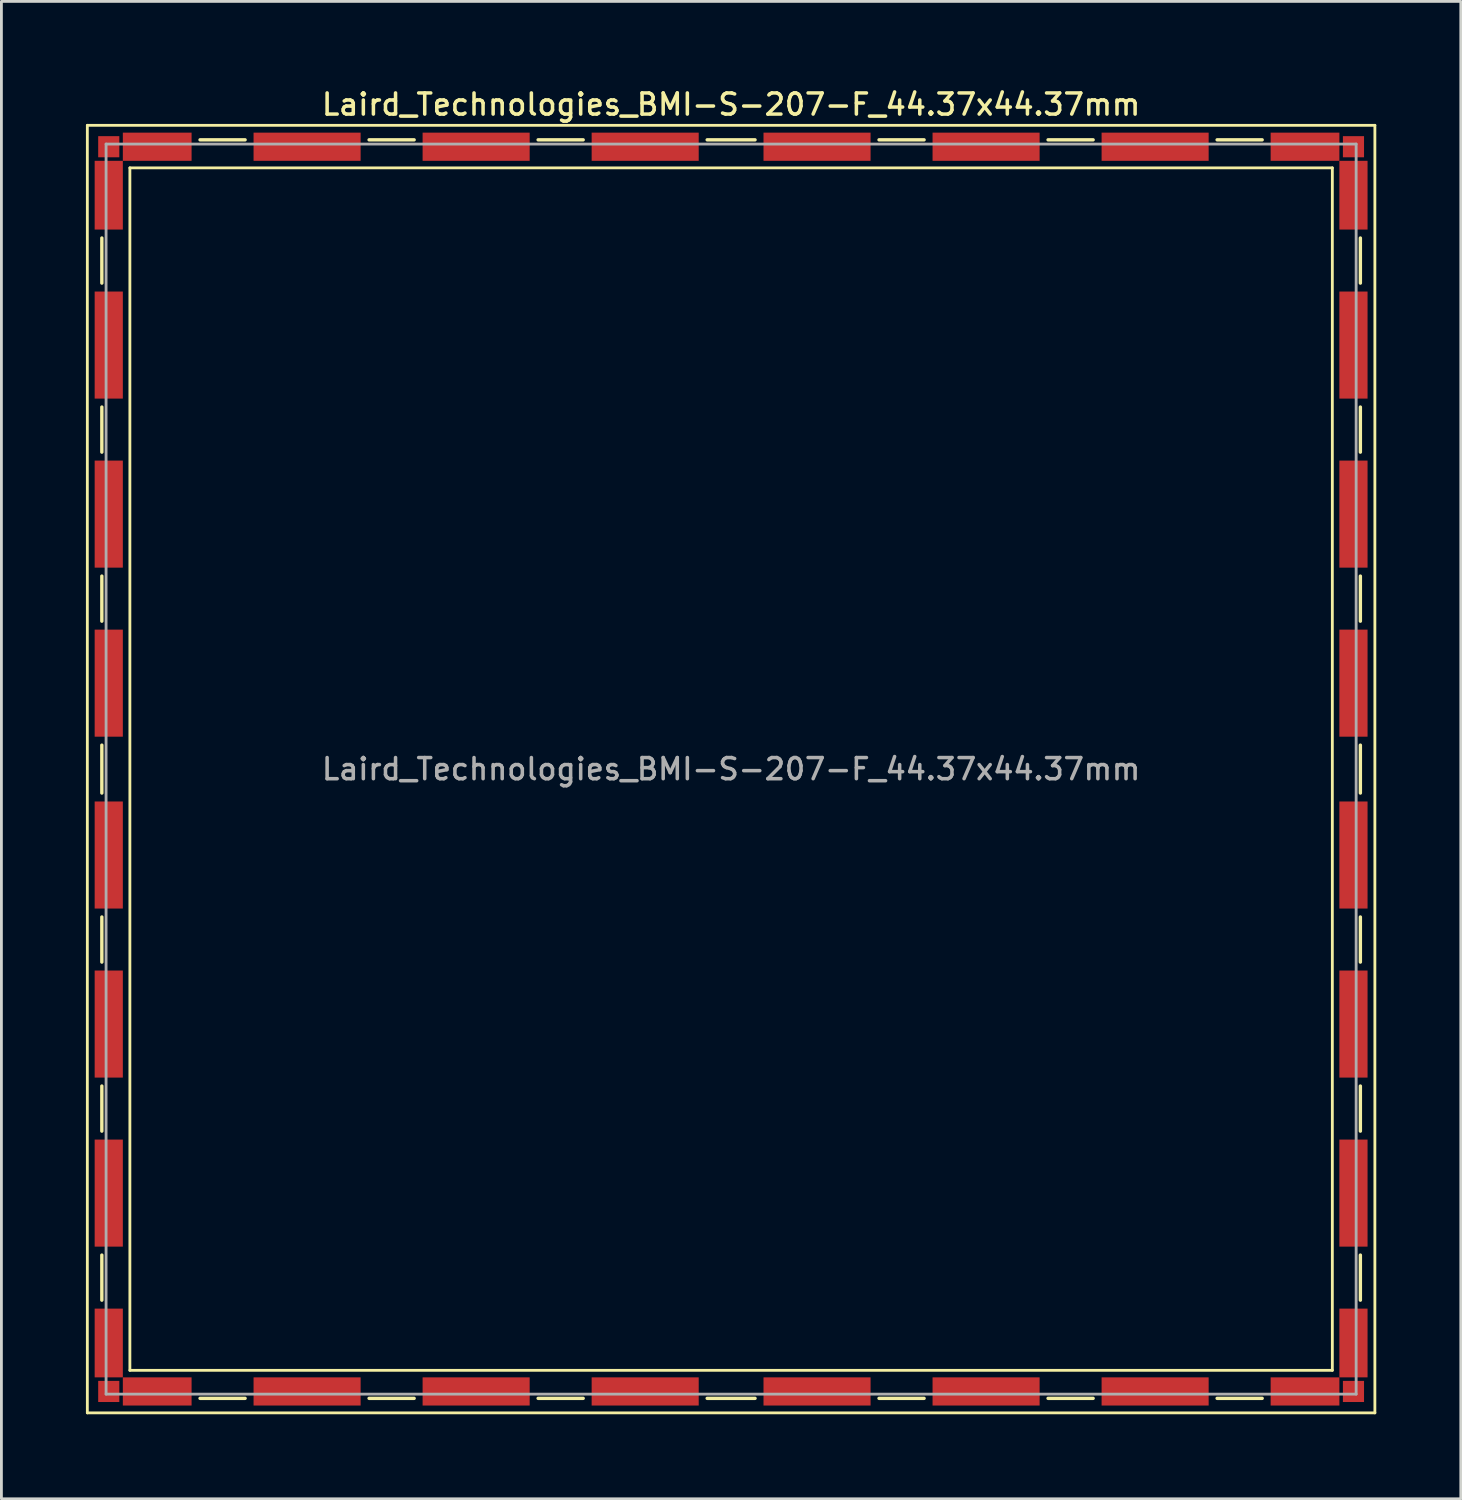
<source format=kicad_pcb>
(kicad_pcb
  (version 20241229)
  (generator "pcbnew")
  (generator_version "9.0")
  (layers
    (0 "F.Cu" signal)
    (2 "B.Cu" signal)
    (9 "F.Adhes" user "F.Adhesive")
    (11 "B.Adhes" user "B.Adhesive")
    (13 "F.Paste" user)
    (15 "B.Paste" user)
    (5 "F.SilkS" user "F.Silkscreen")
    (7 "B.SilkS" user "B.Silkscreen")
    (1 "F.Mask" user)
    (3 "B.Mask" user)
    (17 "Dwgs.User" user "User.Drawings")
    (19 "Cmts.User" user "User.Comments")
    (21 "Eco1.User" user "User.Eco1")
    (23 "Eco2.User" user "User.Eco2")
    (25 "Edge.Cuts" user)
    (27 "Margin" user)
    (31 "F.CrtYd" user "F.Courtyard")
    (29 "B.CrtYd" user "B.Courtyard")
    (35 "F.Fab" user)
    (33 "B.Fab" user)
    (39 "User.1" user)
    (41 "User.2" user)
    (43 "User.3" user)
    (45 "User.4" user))
  (footprint "Laird_Technologies_BMI-S-207-F_44.37x44.37mm"
    (layer "F.Cu")
    (at 22.9 24.248)
    (property "Reference" "Laird_Technologies_BMI-S-207-F_44.37x44.37mm" (at 0 -23.59 0) (layer "F.SilkS") (effects (font (size 0.75 0.75) (thickness 0.125))))
    (attr smd)
    (fp_line (start -22.85 -22.85) (end -22.85 22.85) (stroke (width 0.1) (type solid)) (layer "F.SilkS"))
    (fp_line (start -22.85 22.85) (end 22.85 22.85) (stroke (width 0.1) (type solid)) (layer "F.SilkS"))
    (fp_line (start -22.335 -18.85) (end -22.335 -17.25) (stroke (width 0.12) (type solid)) (layer "F.SilkS"))
    (fp_line (start -22.335 -12.85) (end -22.335 -11.25) (stroke (width 0.12) (type solid)) (layer "F.SilkS"))
    (fp_line (start -22.335 -6.85) (end -22.335 -5.25) (stroke (width 0.12) (type solid)) (layer "F.SilkS"))
    (fp_line (start -22.335 -0.85) (end -22.335 0.85) (stroke (width 0.12) (type solid)) (layer "F.SilkS"))
    (fp_line (start -22.335 5.25) (end -22.335 6.85) (stroke (width 0.12) (type solid)) (layer "F.SilkS"))
    (fp_line (start -22.335 11.25) (end -22.335 12.85) (stroke (width 0.12) (type solid)) (layer "F.SilkS"))
    (fp_line (start -22.335 17.25) (end -22.335 18.85) (stroke (width 0.12) (type solid)) (layer "F.SilkS"))
    (fp_line (start -21.34 -21.34) (end -21.34 21.34) (stroke (width 0.1) (type solid)) (layer "F.SilkS"))
    (fp_line (start -18.85 -22.335) (end -17.25 -22.335) (stroke (width 0.12) (type solid)) (layer "F.SilkS"))
    (fp_line (start -18.85 22.335) (end -17.25 22.335) (stroke (width 0.12) (type solid)) (layer "F.SilkS"))
    (fp_line (start -12.85 -22.335) (end -11.25 -22.335) (stroke (width 0.12) (type solid)) (layer "F.SilkS"))
    (fp_line (start -12.85 22.335) (end -11.25 22.335) (stroke (width 0.12) (type solid)) (layer "F.SilkS"))
    (fp_line (start -6.85 -22.335) (end -5.25 -22.335) (stroke (width 0.12) (type solid)) (layer "F.SilkS"))
    (fp_line (start -6.85 22.335) (end -5.25 22.335) (stroke (width 0.12) (type solid)) (layer "F.SilkS"))
    (fp_line (start -0.85 -22.335) (end 0.85 -22.335) (stroke (width 0.12) (type solid)) (layer "F.SilkS"))
    (fp_line (start -0.85 22.335) (end 0.85 22.335) (stroke (width 0.12) (type solid)) (layer "F.SilkS"))
    (fp_line (start 5.25 -22.335) (end 6.85 -22.335) (stroke (width 0.12) (type solid)) (layer "F.SilkS"))
    (fp_line (start 5.25 22.335) (end 6.85 22.335) (stroke (width 0.12) (type solid)) (layer "F.SilkS"))
    (fp_line (start 11.25 -22.335) (end 12.85 -22.335) (stroke (width 0.12) (type solid)) (layer "F.SilkS"))
    (fp_line (start 11.25 22.335) (end 12.85 22.335) (stroke (width 0.12) (type solid)) (layer "F.SilkS"))
    (fp_line (start 17.25 -22.335) (end 18.85 -22.335) (stroke (width 0.12) (type solid)) (layer "F.SilkS"))
    (fp_line (start 17.25 22.335) (end 18.85 22.335) (stroke (width 0.12) (type solid)) (layer "F.SilkS"))
    (fp_line (start 21.34 -21.34) (end -21.34 -21.34) (stroke (width 0.1) (type solid)) (layer "F.SilkS"))
    (fp_line (start 21.34 -21.34) (end 21.34 21.34) (stroke (width 0.1) (type solid)) (layer "F.SilkS"))
    (fp_line (start 21.34 21.34) (end -21.34 21.34) (stroke (width 0.1) (type solid)) (layer "F.SilkS"))
    (fp_line (start 22.335 -18.85) (end 22.335 -17.25) (stroke (width 0.12) (type solid)) (layer "F.SilkS"))
    (fp_line (start 22.335 -12.85) (end 22.335 -11.25) (stroke (width 0.12) (type solid)) (layer "F.SilkS"))
    (fp_line (start 22.335 -6.85) (end 22.335 -5.25) (stroke (width 0.12) (type solid)) (layer "F.SilkS"))
    (fp_line (start 22.335 -0.85) (end 22.335 0.85) (stroke (width 0.12) (type solid)) (layer "F.SilkS"))
    (fp_line (start 22.335 5.25) (end 22.335 6.85) (stroke (width 0.12) (type solid)) (layer "F.SilkS"))
    (fp_line (start 22.335 11.25) (end 22.335 12.85) (stroke (width 0.12) (type solid)) (layer "F.SilkS"))
    (fp_line (start 22.335 17.25) (end 22.335 18.85) (stroke (width 0.12) (type solid)) (layer "F.SilkS"))
    (fp_line (start 22.85 -22.85) (end -22.85 -22.85) (stroke (width 0.1) (type solid)) (layer "F.SilkS"))
    (fp_line (start 22.85 22.85) (end 22.85 -22.85) (stroke (width 0.1) (type solid)) (layer "F.SilkS"))
    (fp_line (start -22.185 -22.185) (end -22.185 22.185) (stroke (width 0.1) (type solid)) (layer "F.Fab"))
    (fp_line (start -22.185 22.185) (end 22.185 22.185) (stroke (width 0.1) (type solid)) (layer "F.Fab"))
    (fp_line (start 22.185 -22.185) (end -22.185 -22.185) (stroke (width 0.1) (type solid)) (layer "F.Fab"))
    (fp_line (start 22.185 22.185) (end 22.185 -22.185) (stroke (width 0.1) (type solid)) (layer "F.Fab"))
    (fp_text user "${REFERENCE}" (at 0 0 0) (layer "F.Fab") (effects (font (size 0.75 0.75) (thickness 0.125))))
    (pad "1" smd rect (at -22.09 -22.09) (size 0.75 0.75) (layers "F.Cu" "F.Mask" "F.Paste"))
    (pad "1" smd rect (at -22.09 -20.37) (size 1 2.44) (layers "F.Cu" "F.Mask" "F.Paste"))
    (pad "1" smd rect (at -22.09 -15.05) (size 1 3.8) (layers "F.Cu" "F.Mask" "F.Paste"))
    (pad "1" smd rect (at -22.09 -9.05) (size 1 3.8) (layers "F.Cu" "F.Mask" "F.Paste"))
    (pad "1" smd rect (at -22.09 -3.05) (size 1 3.8) (layers "F.Cu" "F.Mask" "F.Paste"))
    (pad "1" smd rect (at -22.09 3.05) (size 1 3.8) (layers "F.Cu" "F.Mask" "F.Paste"))
    (pad "1" smd rect (at -22.09 9.05) (size 1 3.8) (layers "F.Cu" "F.Mask" "F.Paste"))
    (pad "1" smd rect (at -22.09 15.05) (size 1 3.8) (layers "F.Cu" "F.Mask" "F.Paste"))
    (pad "1" smd rect (at -22.09 20.37) (size 1 2.44) (layers "F.Cu" "F.Mask" "F.Paste"))
    (pad "1" smd rect (at -22.09 22.09) (size 0.75 0.75) (layers "F.Cu" "F.Mask" "F.Paste"))
    (pad "1" smd rect (at -20.37 -22.09) (size 2.44 1) (layers "F.Cu" "F.Mask" "F.Paste"))
    (pad "1" smd rect (at -20.37 22.09) (size 2.44 1) (layers "F.Cu" "F.Mask" "F.Paste"))
    (pad "1" smd rect (at -15.05 -22.09) (size 3.8 1) (layers "F.Cu" "F.Mask" "F.Paste"))
    (pad "1" smd rect (at -15.05 22.09) (size 3.8 1) (layers "F.Cu" "F.Mask" "F.Paste"))
    (pad "1" smd rect (at -9.05 -22.09) (size 3.8 1) (layers "F.Cu" "F.Mask" "F.Paste"))
    (pad "1" smd rect (at -9.05 22.09) (size 3.8 1) (layers "F.Cu" "F.Mask" "F.Paste"))
    (pad "1" smd rect (at -3.05 -22.09) (size 3.8 1) (layers "F.Cu" "F.Mask" "F.Paste"))
    (pad "1" smd rect (at -3.05 22.09) (size 3.8 1) (layers "F.Cu" "F.Mask" "F.Paste"))
    (pad "1" smd rect (at 3.05 -22.09) (size 3.8 1) (layers "F.Cu" "F.Mask" "F.Paste"))
    (pad "1" smd rect (at 3.05 22.09) (size 3.8 1) (layers "F.Cu" "F.Mask" "F.Paste"))
    (pad "1" smd rect (at 9.05 -22.09) (size 3.8 1) (layers "F.Cu" "F.Mask" "F.Paste"))
    (pad "1" smd rect (at 9.05 22.09) (size 3.8 1) (layers "F.Cu" "F.Mask" "F.Paste"))
    (pad "1" smd rect (at 15.05 -22.09) (size 3.8 1) (layers "F.Cu" "F.Mask" "F.Paste"))
    (pad "1" smd rect (at 15.05 22.09) (size 3.8 1) (layers "F.Cu" "F.Mask" "F.Paste"))
    (pad "1" smd rect (at 20.37 -22.09) (size 2.44 1) (layers "F.Cu" "F.Mask" "F.Paste"))
    (pad "1" smd rect (at 20.37 22.09) (size 2.44 1) (layers "F.Cu" "F.Mask" "F.Paste"))
    (pad "1" smd rect (at 22.09 -22.09) (size 0.75 0.75) (layers "F.Cu" "F.Mask" "F.Paste"))
    (pad "1" smd rect (at 22.09 -20.37) (size 1 2.44) (layers "F.Cu" "F.Mask" "F.Paste"))
    (pad "1" smd rect (at 22.09 -15.05) (size 1 3.8) (layers "F.Cu" "F.Mask" "F.Paste"))
    (pad "1" smd rect (at 22.09 -9.05) (size 1 3.8) (layers "F.Cu" "F.Mask" "F.Paste"))
    (pad "1" smd rect (at 22.09 -3.05) (size 1 3.8) (layers "F.Cu" "F.Mask" "F.Paste"))
    (pad "1" smd rect (at 22.09 3.05) (size 1 3.8) (layers "F.Cu" "F.Mask" "F.Paste"))
    (pad "1" smd rect (at 22.09 9.05) (size 1 3.8) (layers "F.Cu" "F.Mask" "F.Paste"))
    (pad "1" smd rect (at 22.09 15.05) (size 1 3.8) (layers "F.Cu" "F.Mask" "F.Paste"))
    (pad "1" smd rect (at 22.09 20.37) (size 1 2.44) (layers "F.Cu" "F.Mask" "F.Paste"))
    (pad "1" smd rect (at 22.09 22.09) (size 0.75 0.75) (layers "F.Cu" "F.Mask" "F.Paste")))
  (gr_rect
    (start -3 -3)
    (end 48.8 50.148)
    (stroke (width 0.1) (type default))
    (fill no)
    (layer "Edge.Cuts")))
</source>
